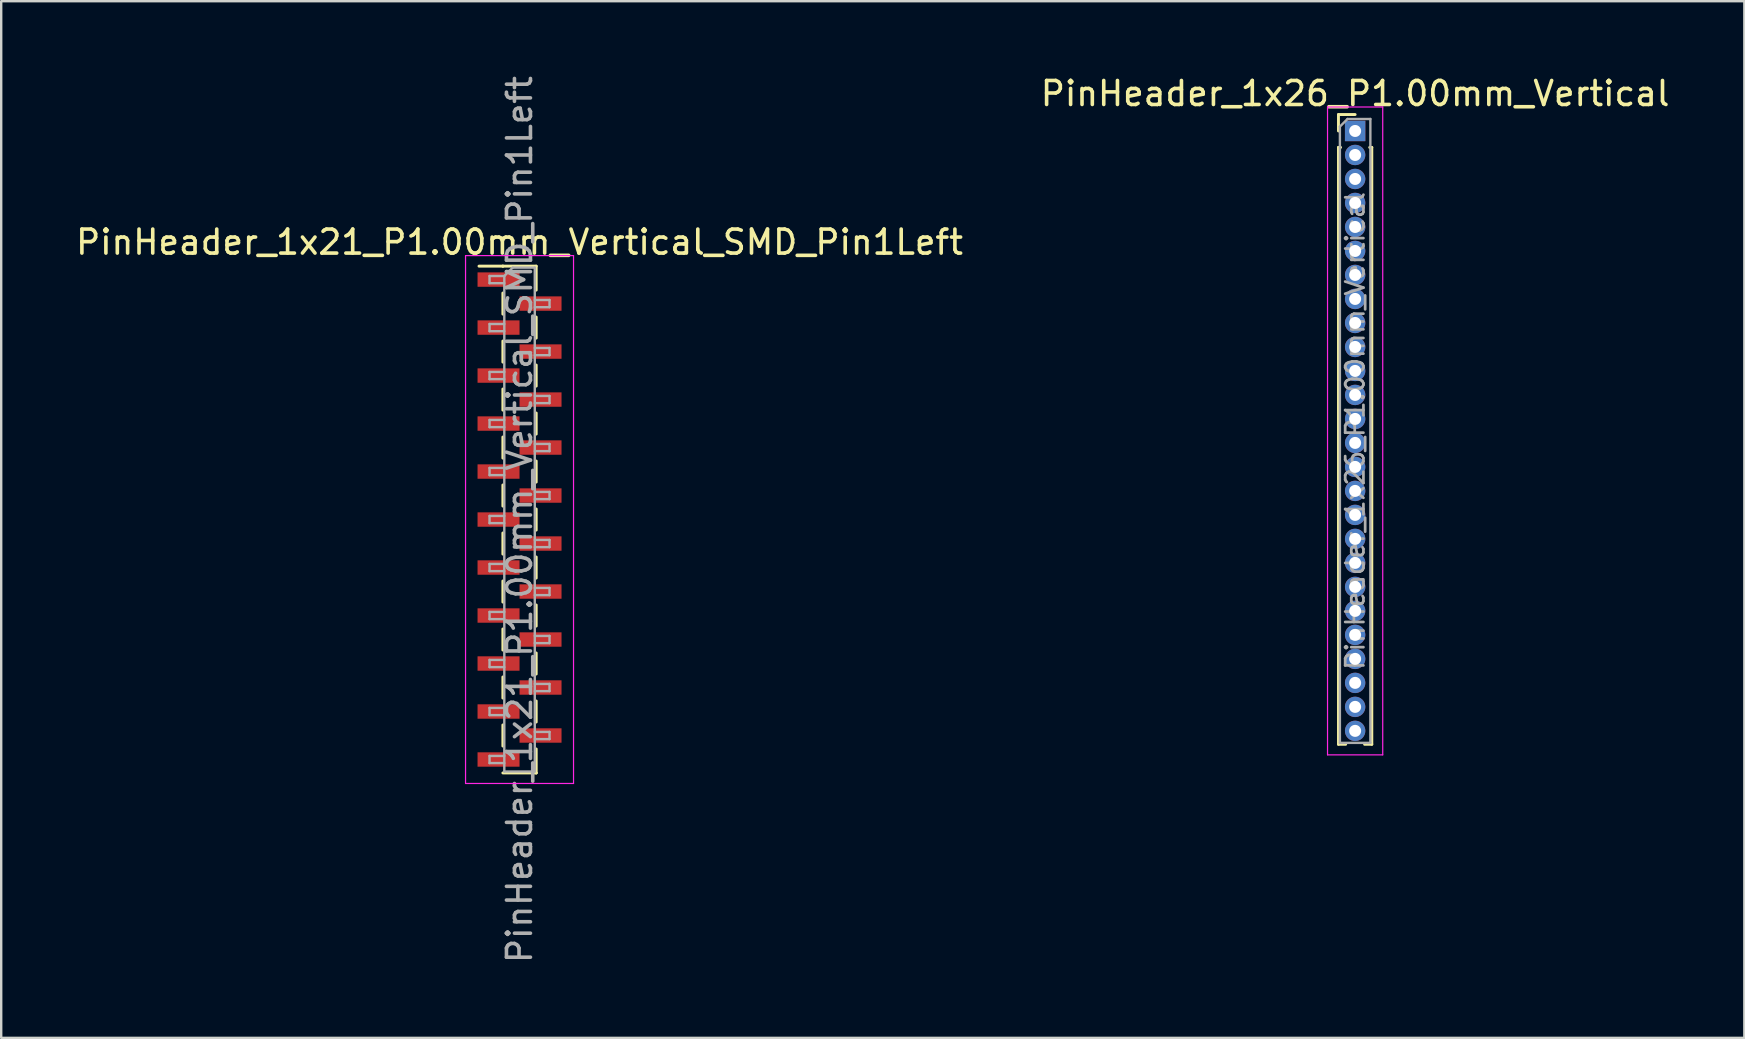
<source format=kicad_pcb>
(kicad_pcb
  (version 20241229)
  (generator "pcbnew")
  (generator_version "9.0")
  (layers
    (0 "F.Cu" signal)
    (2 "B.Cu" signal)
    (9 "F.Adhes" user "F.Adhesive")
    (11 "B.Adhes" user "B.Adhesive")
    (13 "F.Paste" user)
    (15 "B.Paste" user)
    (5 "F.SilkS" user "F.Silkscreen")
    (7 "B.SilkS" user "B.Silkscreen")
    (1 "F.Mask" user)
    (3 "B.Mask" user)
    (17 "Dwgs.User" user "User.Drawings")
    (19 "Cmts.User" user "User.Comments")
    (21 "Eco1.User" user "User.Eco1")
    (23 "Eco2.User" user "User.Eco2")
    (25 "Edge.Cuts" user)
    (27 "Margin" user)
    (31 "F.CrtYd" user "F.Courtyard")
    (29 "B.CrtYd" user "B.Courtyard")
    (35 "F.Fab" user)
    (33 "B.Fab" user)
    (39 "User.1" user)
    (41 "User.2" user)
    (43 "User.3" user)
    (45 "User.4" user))
  (footprint "PinHeader_1x26_P1.00mm_Vertical"
    (layer "F.Cu")
    (at 53.423 2.408)
    (property "Reference" "PinHeader_1x26_P1.00mm_Vertical" (at 0 -1.56 0) (layer "F.SilkS") (effects (font (size 1 1) (thickness 0.15))))
    (attr through_hole)
    (fp_line (start -0.695 -0.685) (end 0 -0.685) (stroke (width 0.12) (type solid)) (layer "F.SilkS"))
    (fp_line (start -0.695 0) (end -0.695 -0.685) (stroke (width 0.12) (type solid)) (layer "F.SilkS"))
    (fp_line (start -0.695 0.685) (end -0.695 25.56) (stroke (width 0.12) (type solid)) (layer "F.SilkS"))
    (fp_line (start -0.695 0.685) (end -0.608 0.685) (stroke (width 0.12) (type solid)) (layer "F.SilkS"))
    (fp_line (start -0.695 25.56) (end -0.394 25.56) (stroke (width 0.12) (type solid)) (layer "F.SilkS"))
    (fp_line (start 0.394 25.56) (end 0.695 25.56) (stroke (width 0.12) (type solid)) (layer "F.SilkS"))
    (fp_line (start 0.608 0.685) (end 0.695 0.685) (stroke (width 0.12) (type solid)) (layer "F.SilkS"))
    (fp_line (start 0.695 0.685) (end 0.695 25.56) (stroke (width 0.12) (type solid)) (layer "F.SilkS"))
    (fp_line (start -1.15 -1) (end -1.15 26) (stroke (width 0.05) (type solid)) (layer "F.CrtYd"))
    (fp_line (start -1.15 26) (end 1.15 26) (stroke (width 0.05) (type solid)) (layer "F.CrtYd"))
    (fp_line (start 1.15 -1) (end -1.15 -1) (stroke (width 0.05) (type solid)) (layer "F.CrtYd"))
    (fp_line (start 1.15 26) (end 1.15 -1) (stroke (width 0.05) (type solid)) (layer "F.CrtYd"))
    (fp_line (start -0.635 -0.182) (end -0.318 -0.5) (stroke (width 0.1) (type solid)) (layer "F.Fab"))
    (fp_line (start -0.635 25.5) (end -0.635 -0.182) (stroke (width 0.1) (type solid)) (layer "F.Fab"))
    (fp_line (start -0.318 -0.5) (end 0.635 -0.5) (stroke (width 0.1) (type solid)) (layer "F.Fab"))
    (fp_line (start 0.635 -0.5) (end 0.635 25.5) (stroke (width 0.1) (type solid)) (layer "F.Fab"))
    (fp_line (start 0.635 25.5) (end -0.635 25.5) (stroke (width 0.1) (type solid)) (layer "F.Fab"))
    (fp_text user "${REFERENCE}" (at 0 12.5 90) (layer "F.Fab") (effects (font (size 0.76 0.76) (thickness 0.114))))
    (pad "1" thru_hole rect (at 0 0) (size 0.85 0.85) (drill 0.5) (layers "*.Cu" "*.Mask"))
    (pad "2" thru_hole oval (at 0 1) (size 0.85 0.85) (drill 0.5) (layers "*.Cu" "*.Mask"))
    (pad "3" thru_hole oval (at 0 2) (size 0.85 0.85) (drill 0.5) (layers "*.Cu" "*.Mask"))
    (pad "4" thru_hole oval (at 0 3) (size 0.85 0.85) (drill 0.5) (layers "*.Cu" "*.Mask"))
    (pad "5" thru_hole oval (at 0 4) (size 0.85 0.85) (drill 0.5) (layers "*.Cu" "*.Mask"))
    (pad "6" thru_hole oval (at 0 5) (size 0.85 0.85) (drill 0.5) (layers "*.Cu" "*.Mask"))
    (pad "7" thru_hole oval (at 0 6) (size 0.85 0.85) (drill 0.5) (layers "*.Cu" "*.Mask"))
    (pad "8" thru_hole oval (at 0 7) (size 0.85 0.85) (drill 0.5) (layers "*.Cu" "*.Mask"))
    (pad "9" thru_hole oval (at 0 8) (size 0.85 0.85) (drill 0.5) (layers "*.Cu" "*.Mask"))
    (pad "10" thru_hole oval (at 0 9) (size 0.85 0.85) (drill 0.5) (layers "*.Cu" "*.Mask"))
    (pad "11" thru_hole oval (at 0 10) (size 0.85 0.85) (drill 0.5) (layers "*.Cu" "*.Mask"))
    (pad "12" thru_hole oval (at 0 11) (size 0.85 0.85) (drill 0.5) (layers "*.Cu" "*.Mask"))
    (pad "13" thru_hole oval (at 0 12) (size 0.85 0.85) (drill 0.5) (layers "*.Cu" "*.Mask"))
    (pad "14" thru_hole oval (at 0 13) (size 0.85 0.85) (drill 0.5) (layers "*.Cu" "*.Mask"))
    (pad "15" thru_hole oval (at 0 14) (size 0.85 0.85) (drill 0.5) (layers "*.Cu" "*.Mask"))
    (pad "16" thru_hole oval (at 0 15) (size 0.85 0.85) (drill 0.5) (layers "*.Cu" "*.Mask"))
    (pad "17" thru_hole oval (at 0 16) (size 0.85 0.85) (drill 0.5) (layers "*.Cu" "*.Mask"))
    (pad "18" thru_hole oval (at 0 17) (size 0.85 0.85) (drill 0.5) (layers "*.Cu" "*.Mask"))
    (pad "19" thru_hole oval (at 0 18) (size 0.85 0.85) (drill 0.5) (layers "*.Cu" "*.Mask"))
    (pad "20" thru_hole oval (at 0 19) (size 0.85 0.85) (drill 0.5) (layers "*.Cu" "*.Mask"))
    (pad "21" thru_hole oval (at 0 20) (size 0.85 0.85) (drill 0.5) (layers "*.Cu" "*.Mask"))
    (pad "22" thru_hole oval (at 0 21) (size 0.85 0.85) (drill 0.5) (layers "*.Cu" "*.Mask"))
    (pad "23" thru_hole oval (at 0 22) (size 0.85 0.85) (drill 0.5) (layers "*.Cu" "*.Mask"))
    (pad "24" thru_hole oval (at 0 23) (size 0.85 0.85) (drill 0.5) (layers "*.Cu" "*.Mask"))
    (pad "25" thru_hole oval (at 0 24) (size 0.85 0.85) (drill 0.5) (layers "*.Cu" "*.Mask"))
    (pad "26" thru_hole oval (at 0 25) (size 0.85 0.85) (drill 0.5) (layers "*.Cu" "*.Mask")))
  (footprint "PinHeader_1x21_P1.00mm_Vertical_SMD_Pin1Left"
    (layer "F.Cu")
    (at 18.601 18.601)
    (property "Reference" "PinHeader_1x21_P1.00mm_Vertical_SMD_Pin1Left" (at 0 -11.56 0) (layer "F.SilkS") (effects (font (size 1 1) (thickness 0.15))))
    (attr smd)
    (fp_line (start -0.695 -10.56) (end -1.69 -10.56) (stroke (width 0.12) (type solid)) (layer "F.SilkS"))
    (fp_line (start -0.695 -10.56) (end -0.695 -10.56) (stroke (width 0.12) (type solid)) (layer "F.SilkS"))
    (fp_line (start -0.695 -10.56) (end 0.695 -10.56) (stroke (width 0.12) (type solid)) (layer "F.SilkS"))
    (fp_line (start -0.695 -9.44) (end -0.695 -8.56) (stroke (width 0.12) (type solid)) (layer "F.SilkS"))
    (fp_line (start -0.695 -7.44) (end -0.695 -6.56) (stroke (width 0.12) (type solid)) (layer "F.SilkS"))
    (fp_line (start -0.695 -5.44) (end -0.695 -4.56) (stroke (width 0.12) (type solid)) (layer "F.SilkS"))
    (fp_line (start -0.695 -3.44) (end -0.695 -2.56) (stroke (width 0.12) (type solid)) (layer "F.SilkS"))
    (fp_line (start -0.695 -1.44) (end -0.695 -0.56) (stroke (width 0.12) (type solid)) (layer "F.SilkS"))
    (fp_line (start -0.695 0.56) (end -0.695 1.44) (stroke (width 0.12) (type solid)) (layer "F.SilkS"))
    (fp_line (start -0.695 2.56) (end -0.695 3.44) (stroke (width 0.12) (type solid)) (layer "F.SilkS"))
    (fp_line (start -0.695 4.56) (end -0.695 5.44) (stroke (width 0.12) (type solid)) (layer "F.SilkS"))
    (fp_line (start -0.695 6.56) (end -0.695 7.44) (stroke (width 0.12) (type solid)) (layer "F.SilkS"))
    (fp_line (start -0.695 8.56) (end -0.695 9.44) (stroke (width 0.12) (type solid)) (layer "F.SilkS"))
    (fp_line (start -0.695 10.56) (end 0.695 10.56) (stroke (width 0.12) (type solid)) (layer "F.SilkS"))
    (fp_line (start 0.695 -10.56) (end 0.695 -9.56) (stroke (width 0.12) (type solid)) (layer "F.SilkS"))
    (fp_line (start 0.695 -8.44) (end 0.695 -7.56) (stroke (width 0.12) (type solid)) (layer "F.SilkS"))
    (fp_line (start 0.695 -6.44) (end 0.695 -5.56) (stroke (width 0.12) (type solid)) (layer "F.SilkS"))
    (fp_line (start 0.695 -4.44) (end 0.695 -3.56) (stroke (width 0.12) (type solid)) (layer "F.SilkS"))
    (fp_line (start 0.695 -2.44) (end 0.695 -1.56) (stroke (width 0.12) (type solid)) (layer "F.SilkS"))
    (fp_line (start 0.695 -0.44) (end 0.695 0.44) (stroke (width 0.12) (type solid)) (layer "F.SilkS"))
    (fp_line (start 0.695 1.56) (end 0.695 2.44) (stroke (width 0.12) (type solid)) (layer "F.SilkS"))
    (fp_line (start 0.695 3.56) (end 0.695 4.44) (stroke (width 0.12) (type solid)) (layer "F.SilkS"))
    (fp_line (start 0.695 5.56) (end 0.695 6.44) (stroke (width 0.12) (type solid)) (layer "F.SilkS"))
    (fp_line (start 0.695 7.56) (end 0.695 8.44) (stroke (width 0.12) (type solid)) (layer "F.SilkS"))
    (fp_line (start 0.695 9.56) (end 0.695 10.56) (stroke (width 0.12) (type solid)) (layer "F.SilkS"))
    (fp_line (start 0.695 10.56) (end 0.695 10.56) (stroke (width 0.12) (type solid)) (layer "F.SilkS"))
    (fp_line (start -2.25 -11) (end -2.25 11) (stroke (width 0.05) (type solid)) (layer "F.CrtYd"))
    (fp_line (start -2.25 11) (end 2.25 11) (stroke (width 0.05) (type solid)) (layer "F.CrtYd"))
    (fp_line (start 2.25 -11) (end -2.25 -11) (stroke (width 0.05) (type solid)) (layer "F.CrtYd"))
    (fp_line (start 2.25 11) (end 2.25 -11) (stroke (width 0.05) (type solid)) (layer "F.CrtYd"))
    (fp_line (start -1.25 -10.15) (end -1.25 -9.85) (stroke (width 0.1) (type solid)) (layer "F.Fab"))
    (fp_line (start -1.25 -9.85) (end -0.635 -9.85) (stroke (width 0.1) (type solid)) (layer "F.Fab"))
    (fp_line (start -1.25 -8.15) (end -1.25 -7.85) (stroke (width 0.1) (type solid)) (layer "F.Fab"))
    (fp_line (start -1.25 -7.85) (end -0.635 -7.85) (stroke (width 0.1) (type solid)) (layer "F.Fab"))
    (fp_line (start -1.25 -6.15) (end -1.25 -5.85) (stroke (width 0.1) (type solid)) (layer "F.Fab"))
    (fp_line (start -1.25 -5.85) (end -0.635 -5.85) (stroke (width 0.1) (type solid)) (layer "F.Fab"))
    (fp_line (start -1.25 -4.15) (end -1.25 -3.85) (stroke (width 0.1) (type solid)) (layer "F.Fab"))
    (fp_line (start -1.25 -3.85) (end -0.635 -3.85) (stroke (width 0.1) (type solid)) (layer "F.Fab"))
    (fp_line (start -1.25 -2.15) (end -1.25 -1.85) (stroke (width 0.1) (type solid)) (layer "F.Fab"))
    (fp_line (start -1.25 -1.85) (end -0.635 -1.85) (stroke (width 0.1) (type solid)) (layer "F.Fab"))
    (fp_line (start -1.25 -0.15) (end -1.25 0.15) (stroke (width 0.1) (type solid)) (layer "F.Fab"))
    (fp_line (start -1.25 0.15) (end -0.635 0.15) (stroke (width 0.1) (type solid)) (layer "F.Fab"))
    (fp_line (start -1.25 1.85) (end -1.25 2.15) (stroke (width 0.1) (type solid)) (layer "F.Fab"))
    (fp_line (start -1.25 2.15) (end -0.635 2.15) (stroke (width 0.1) (type solid)) (layer "F.Fab"))
    (fp_line (start -1.25 3.85) (end -1.25 4.15) (stroke (width 0.1) (type solid)) (layer "F.Fab"))
    (fp_line (start -1.25 4.15) (end -0.635 4.15) (stroke (width 0.1) (type solid)) (layer "F.Fab"))
    (fp_line (start -1.25 5.85) (end -1.25 6.15) (stroke (width 0.1) (type solid)) (layer "F.Fab"))
    (fp_line (start -1.25 6.15) (end -0.635 6.15) (stroke (width 0.1) (type solid)) (layer "F.Fab"))
    (fp_line (start -1.25 7.85) (end -1.25 8.15) (stroke (width 0.1) (type solid)) (layer "F.Fab"))
    (fp_line (start -1.25 8.15) (end -0.635 8.15) (stroke (width 0.1) (type solid)) (layer "F.Fab"))
    (fp_line (start -1.25 9.85) (end -1.25 10.15) (stroke (width 0.1) (type solid)) (layer "F.Fab"))
    (fp_line (start -1.25 10.15) (end -0.635 10.15) (stroke (width 0.1) (type solid)) (layer "F.Fab"))
    (fp_line (start -0.635 -10.15) (end -1.25 -10.15) (stroke (width 0.1) (type solid)) (layer "F.Fab"))
    (fp_line (start -0.635 -10.15) (end -0.285 -10.5) (stroke (width 0.1) (type solid)) (layer "F.Fab"))
    (fp_line (start -0.635 -8.15) (end -1.25 -8.15) (stroke (width 0.1) (type solid)) (layer "F.Fab"))
    (fp_line (start -0.635 -6.15) (end -1.25 -6.15) (stroke (width 0.1) (type solid)) (layer "F.Fab"))
    (fp_line (start -0.635 -4.15) (end -1.25 -4.15) (stroke (width 0.1) (type solid)) (layer "F.Fab"))
    (fp_line (start -0.635 -2.15) (end -1.25 -2.15) (stroke (width 0.1) (type solid)) (layer "F.Fab"))
    (fp_line (start -0.635 -0.15) (end -1.25 -0.15) (stroke (width 0.1) (type solid)) (layer "F.Fab"))
    (fp_line (start -0.635 1.85) (end -1.25 1.85) (stroke (width 0.1) (type solid)) (layer "F.Fab"))
    (fp_line (start -0.635 3.85) (end -1.25 3.85) (stroke (width 0.1) (type solid)) (layer "F.Fab"))
    (fp_line (start -0.635 5.85) (end -1.25 5.85) (stroke (width 0.1) (type solid)) (layer "F.Fab"))
    (fp_line (start -0.635 7.85) (end -1.25 7.85) (stroke (width 0.1) (type solid)) (layer "F.Fab"))
    (fp_line (start -0.635 9.85) (end -1.25 9.85) (stroke (width 0.1) (type solid)) (layer "F.Fab"))
    (fp_line (start -0.635 10.5) (end -0.635 -10.15) (stroke (width 0.1) (type solid)) (layer "F.Fab"))
    (fp_line (start -0.285 -10.5) (end 0.635 -10.5) (stroke (width 0.1) (type solid)) (layer "F.Fab"))
    (fp_line (start 0.635 -10.5) (end 0.635 10.5) (stroke (width 0.1) (type solid)) (layer "F.Fab"))
    (fp_line (start 0.635 -9.15) (end 1.25 -9.15) (stroke (width 0.1) (type solid)) (layer "F.Fab"))
    (fp_line (start 0.635 -7.15) (end 1.25 -7.15) (stroke (width 0.1) (type solid)) (layer "F.Fab"))
    (fp_line (start 0.635 -5.15) (end 1.25 -5.15) (stroke (width 0.1) (type solid)) (layer "F.Fab"))
    (fp_line (start 0.635 -3.15) (end 1.25 -3.15) (stroke (width 0.1) (type solid)) (layer "F.Fab"))
    (fp_line (start 0.635 -1.15) (end 1.25 -1.15) (stroke (width 0.1) (type solid)) (layer "F.Fab"))
    (fp_line (start 0.635 0.85) (end 1.25 0.85) (stroke (width 0.1) (type solid)) (layer "F.Fab"))
    (fp_line (start 0.635 2.85) (end 1.25 2.85) (stroke (width 0.1) (type solid)) (layer "F.Fab"))
    (fp_line (start 0.635 4.85) (end 1.25 4.85) (stroke (width 0.1) (type solid)) (layer "F.Fab"))
    (fp_line (start 0.635 6.85) (end 1.25 6.85) (stroke (width 0.1) (type solid)) (layer "F.Fab"))
    (fp_line (start 0.635 8.85) (end 1.25 8.85) (stroke (width 0.1) (type solid)) (layer "F.Fab"))
    (fp_line (start 0.635 10.5) (end -0.635 10.5) (stroke (width 0.1) (type solid)) (layer "F.Fab"))
    (fp_line (start 1.25 -9.15) (end 1.25 -8.85) (stroke (width 0.1) (type solid)) (layer "F.Fab"))
    (fp_line (start 1.25 -8.85) (end 0.635 -8.85) (stroke (width 0.1) (type solid)) (layer "F.Fab"))
    (fp_line (start 1.25 -7.15) (end 1.25 -6.85) (stroke (width 0.1) (type solid)) (layer "F.Fab"))
    (fp_line (start 1.25 -6.85) (end 0.635 -6.85) (stroke (width 0.1) (type solid)) (layer "F.Fab"))
    (fp_line (start 1.25 -5.15) (end 1.25 -4.85) (stroke (width 0.1) (type solid)) (layer "F.Fab"))
    (fp_line (start 1.25 -4.85) (end 0.635 -4.85) (stroke (width 0.1) (type solid)) (layer "F.Fab"))
    (fp_line (start 1.25 -3.15) (end 1.25 -2.85) (stroke (width 0.1) (type solid)) (layer "F.Fab"))
    (fp_line (start 1.25 -2.85) (end 0.635 -2.85) (stroke (width 0.1) (type solid)) (layer "F.Fab"))
    (fp_line (start 1.25 -1.15) (end 1.25 -0.85) (stroke (width 0.1) (type solid)) (layer "F.Fab"))
    (fp_line (start 1.25 -0.85) (end 0.635 -0.85) (stroke (width 0.1) (type solid)) (layer "F.Fab"))
    (fp_line (start 1.25 0.85) (end 1.25 1.15) (stroke (width 0.1) (type solid)) (layer "F.Fab"))
    (fp_line (start 1.25 1.15) (end 0.635 1.15) (stroke (width 0.1) (type solid)) (layer "F.Fab"))
    (fp_line (start 1.25 2.85) (end 1.25 3.15) (stroke (width 0.1) (type solid)) (layer "F.Fab"))
    (fp_line (start 1.25 3.15) (end 0.635 3.15) (stroke (width 0.1) (type solid)) (layer "F.Fab"))
    (fp_line (start 1.25 4.85) (end 1.25 5.15) (stroke (width 0.1) (type solid)) (layer "F.Fab"))
    (fp_line (start 1.25 5.15) (end 0.635 5.15) (stroke (width 0.1) (type solid)) (layer "F.Fab"))
    (fp_line (start 1.25 6.85) (end 1.25 7.15) (stroke (width 0.1) (type solid)) (layer "F.Fab"))
    (fp_line (start 1.25 7.15) (end 0.635 7.15) (stroke (width 0.1) (type solid)) (layer "F.Fab"))
    (fp_line (start 1.25 8.85) (end 1.25 9.15) (stroke (width 0.1) (type solid)) (layer "F.Fab"))
    (fp_line (start 1.25 9.15) (end 0.635 9.15) (stroke (width 0.1) (type solid)) (layer "F.Fab"))
    (fp_text user "${REFERENCE}" (at 0 0 90) (layer "F.Fab") (effects (font (size 1 1) (thickness 0.15))))
    (pad "1" smd rect (at -0.875 -10) (size 1.75 0.6) (layers "F.Cu" "F.Mask" "F.Paste"))
    (pad "2" smd rect (at 0.875 -9) (size 1.75 0.6) (layers "F.Cu" "F.Mask" "F.Paste"))
    (pad "3" smd rect (at -0.875 -8) (size 1.75 0.6) (layers "F.Cu" "F.Mask" "F.Paste"))
    (pad "4" smd rect (at 0.875 -7) (size 1.75 0.6) (layers "F.Cu" "F.Mask" "F.Paste"))
    (pad "5" smd rect (at -0.875 -6) (size 1.75 0.6) (layers "F.Cu" "F.Mask" "F.Paste"))
    (pad "6" smd rect (at 0.875 -5) (size 1.75 0.6) (layers "F.Cu" "F.Mask" "F.Paste"))
    (pad "7" smd rect (at -0.875 -4) (size 1.75 0.6) (layers "F.Cu" "F.Mask" "F.Paste"))
    (pad "8" smd rect (at 0.875 -3) (size 1.75 0.6) (layers "F.Cu" "F.Mask" "F.Paste"))
    (pad "9" smd rect (at -0.875 -2) (size 1.75 0.6) (layers "F.Cu" "F.Mask" "F.Paste"))
    (pad "10" smd rect (at 0.875 -1) (size 1.75 0.6) (layers "F.Cu" "F.Mask" "F.Paste"))
    (pad "11" smd rect (at -0.875 0) (size 1.75 0.6) (layers "F.Cu" "F.Mask" "F.Paste"))
    (pad "12" smd rect (at 0.875 1) (size 1.75 0.6) (layers "F.Cu" "F.Mask" "F.Paste"))
    (pad "13" smd rect (at -0.875 2) (size 1.75 0.6) (layers "F.Cu" "F.Mask" "F.Paste"))
    (pad "14" smd rect (at 0.875 3) (size 1.75 0.6) (layers "F.Cu" "F.Mask" "F.Paste"))
    (pad "15" smd rect (at -0.875 4) (size 1.75 0.6) (layers "F.Cu" "F.Mask" "F.Paste"))
    (pad "16" smd rect (at 0.875 5) (size 1.75 0.6) (layers "F.Cu" "F.Mask" "F.Paste"))
    (pad "17" smd rect (at -0.875 6) (size 1.75 0.6) (layers "F.Cu" "F.Mask" "F.Paste"))
    (pad "18" smd rect (at 0.875 7) (size 1.75 0.6) (layers "F.Cu" "F.Mask" "F.Paste"))
    (pad "19" smd rect (at -0.875 8) (size 1.75 0.6) (layers "F.Cu" "F.Mask" "F.Paste"))
    (pad "20" smd rect (at 0.875 9) (size 1.75 0.6) (layers "F.Cu" "F.Mask" "F.Paste"))
    (pad "21" smd rect (at -0.875 10) (size 1.75 0.6) (layers "F.Cu" "F.Mask" "F.Paste")))
  (gr_rect
    (start -3 -3)
    (end 69.643 40.202)
    (stroke (width 0.1) (type default))
    (fill no)
    (layer "Edge.Cuts")))
</source>
